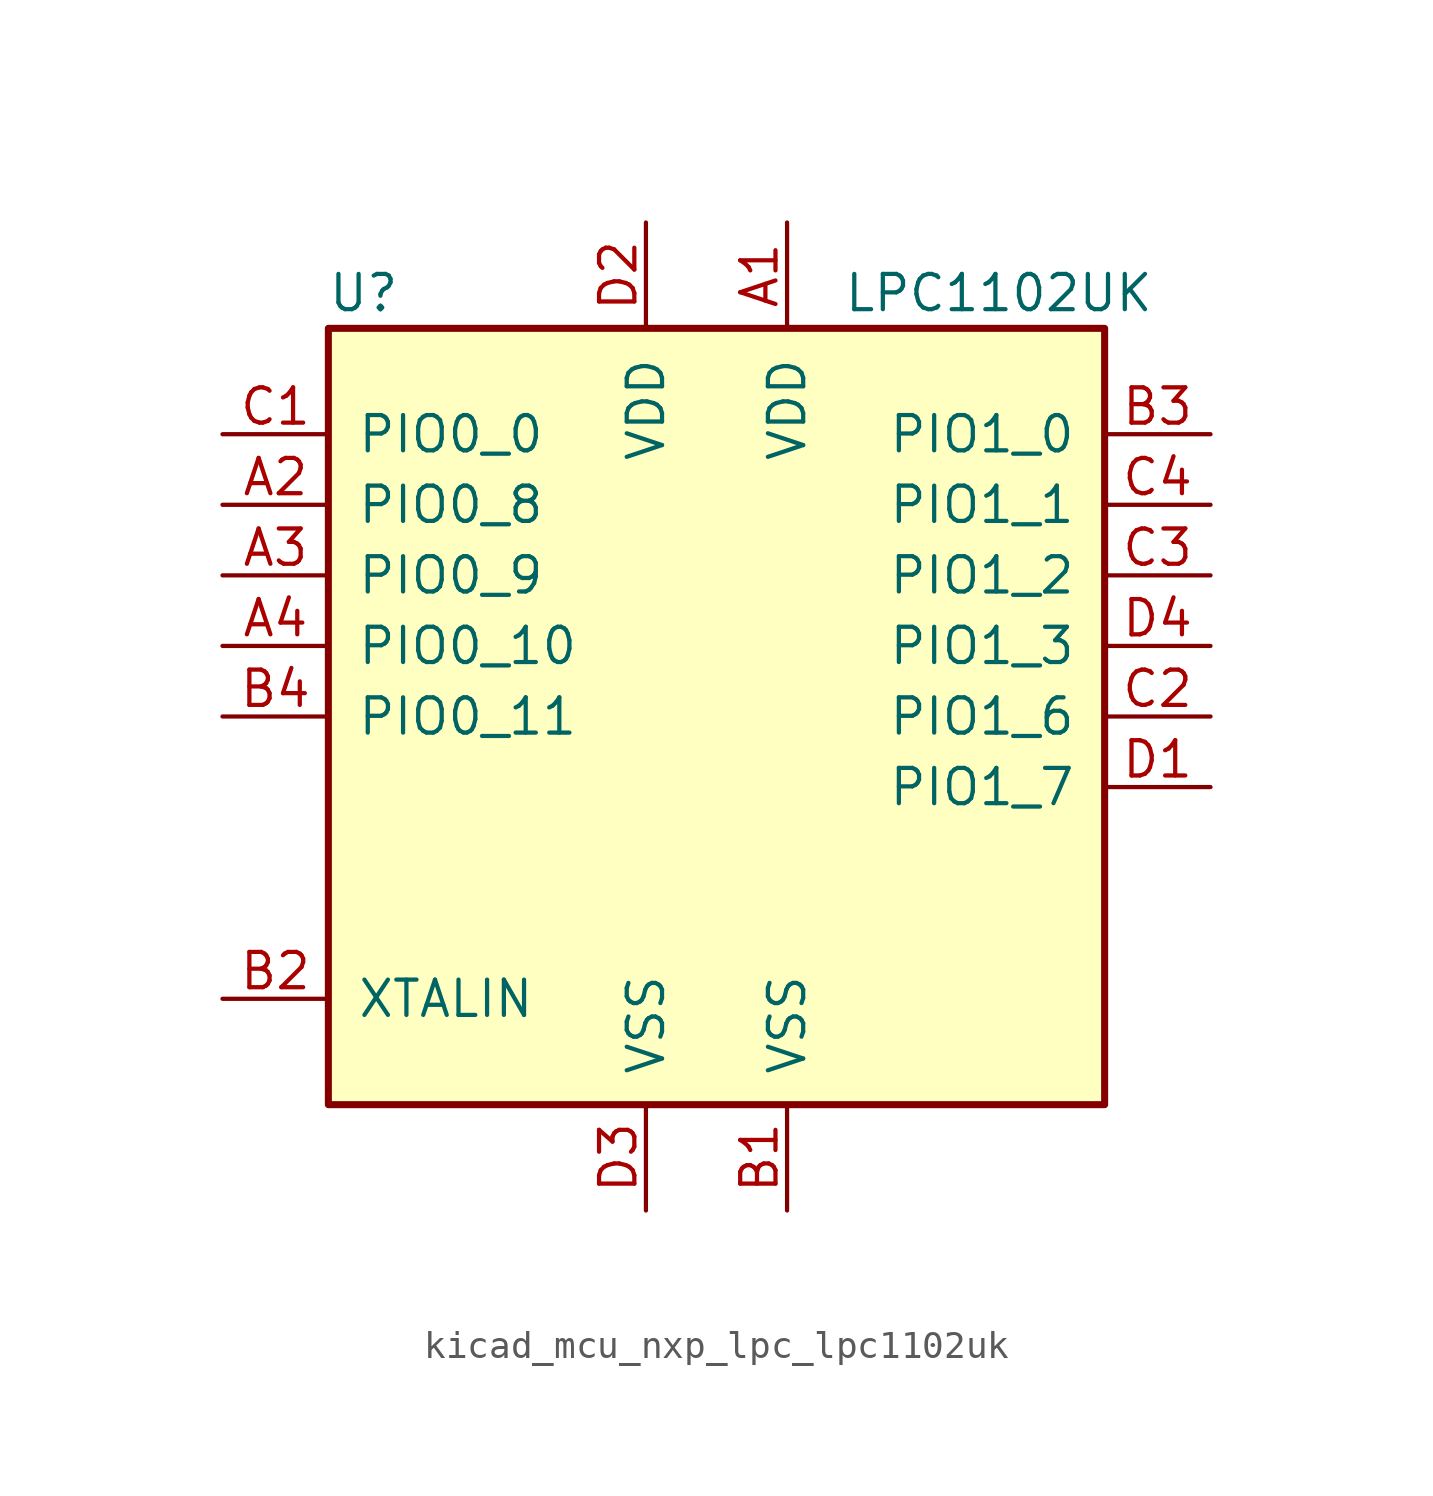
<source format=kicad_sym>
(kicad_symbol_lib
  (version 20220914)
  (generator kicad_symbol_editor)
  (symbol "kicad_mcu_nxp_lpc_lpc1102uk"
    (pin_names
      (offset 1.016))
    (property "Reference" "U"
      (at -12.7 15.24 0)
      (effects (font (size 1.27 1.27))))
    (property "Value" "LPC1102UK"
      (at 10.16 15.24 0)
      (effects (font (size 1.27 1.27))))
    (symbol "kicad_mcu_nxp_lpc_lpc1102uk_0_1"
      (rectangle (start -13.97 13.97) (end 13.97 -13.97) (stroke (width 0.254) (type default)) (fill (type background))))
    (symbol "kicad_mcu_nxp_lpc_lpc1102uk_1_1"
      (pin power_in line (at 2.54 17.78 270) (length 3.81) (name "VDD" (effects (font (size 1.27 1.27)))) (number "A1" (effects (font (size 1.27 1.27)))))
      (pin bidirectional line (at -17.78 7.62 0) (length 3.81) (name "PIO0_8" (effects (font (size 1.27 1.27)))) (number "A2" (effects (font (size 1.27 1.27)))))
      (pin bidirectional line (at -17.78 5.08 0) (length 3.81) (name "PIO0_9" (effects (font (size 1.27 1.27)))) (number "A3" (effects (font (size 1.27 1.27)))))
      (pin bidirectional line (at -17.78 2.54 0) (length 3.81) (name "PIO0_10" (effects (font (size 1.27 1.27)))) (number "A4" (effects (font (size 1.27 1.27)))))
      (pin power_in line (at 2.54 -17.78 90) (length 3.81) (name "VSS" (effects (font (size 1.27 1.27)))) (number "B1" (effects (font (size 1.27 1.27)))))
      (pin input line (at -17.78 -10.16 0) (length 3.81) (name "XTALIN" (effects (font (size 1.27 1.27)))) (number "B2" (effects (font (size 1.27 1.27)))))
      (pin bidirectional line (at 17.78 10.16 180) (length 3.81) (name "PIO1_0" (effects (font (size 1.27 1.27)))) (number "B3" (effects (font (size 1.27 1.27)))))
      (pin bidirectional line (at -17.78 0 0) (length 3.81) (name "PIO0_11" (effects (font (size 1.27 1.27)))) (number "B4" (effects (font (size 1.27 1.27)))))
      (pin bidirectional line (at -17.78 10.16 0) (length 3.81) (name "PIO0_0" (effects (font (size 1.27 1.27)))) (number "C1" (effects (font (size 1.27 1.27)))))
      (pin bidirectional line (at 17.78 0 180) (length 3.81) (name "PIO1_6" (effects (font (size 1.27 1.27)))) (number "C2" (effects (font (size 1.27 1.27)))))
      (pin bidirectional line (at 17.78 5.08 180) (length 3.81) (name "PIO1_2" (effects (font (size 1.27 1.27)))) (number "C3" (effects (font (size 1.27 1.27)))))
      (pin bidirectional line (at 17.78 7.62 180) (length 3.81) (name "PIO1_1" (effects (font (size 1.27 1.27)))) (number "C4" (effects (font (size 1.27 1.27)))))
      (pin bidirectional line (at 17.78 -2.54 180) (length 3.81) (name "PIO1_7" (effects (font (size 1.27 1.27)))) (number "D1" (effects (font (size 1.27 1.27)))))
      (pin power_in line (at -2.54 17.78 270) (length 3.81) (name "VDD" (effects (font (size 1.27 1.27)))) (number "D2" (effects (font (size 1.27 1.27)))))
      (pin power_in line (at -2.54 -17.78 90) (length 3.81) (name "VSS" (effects (font (size 1.27 1.27)))) (number "D3" (effects (font (size 1.27 1.27)))))
      (pin bidirectional line (at 17.78 2.54 180) (length 3.81) (name "PIO1_3" (effects (font (size 1.27 1.27)))) (number "D4" (effects (font (size 1.27 1.27))))))))
</source>
